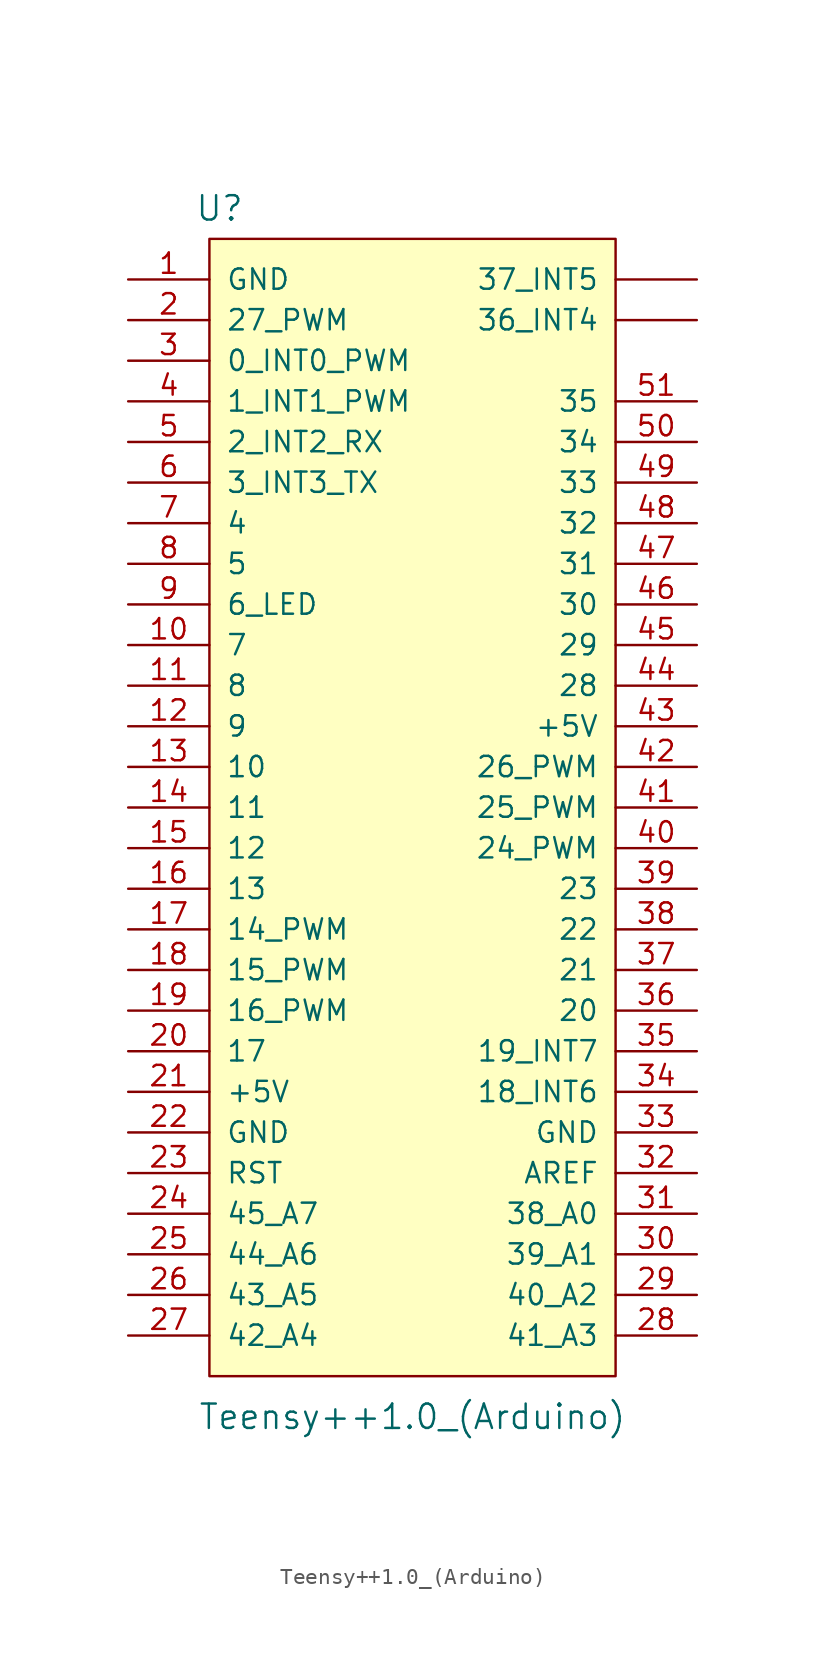
<source format=kicad_sym>
(kicad_symbol_lib
  (version 20231120)
  (generator "kicad_symbol_editor")
  (generator_version "8.0")
  (symbol "Teensy++1.0_(Arduino)"
    (pin_names
      (offset 1.016))
    (property "Reference" "U"
      (at -12.065 37.465 0)
      (effects (font (size 1.524 1.524))))
    (property "Value" "Teensy++1.0_(Arduino)"
      (at 0 -38.1 0)
      (effects (font (size 1.524 1.524))))
    (property "Datasheet" ""
      (at 2.54 -20.32 0)
      (effects (font (size 1.524 1.524))))
    (symbol "Teensy++1.0_(Arduino)_0_1"
      (rectangle (start -12.7 35.56) (end 12.7 -35.56) (stroke (width 0) (type default)) (fill (type background))))
    (symbol "Teensy++1.0_(Arduino)_1_1"
      (pin power_in line (at -17.78 33.02 0) (length 5.08) (name "GND" (effects (font (size 1.27 1.27)))) (number "1" (effects (font (size 1.27 1.27)))))
      (pin bidirectional line (at -17.78 10.16 0) (length 5.08) (name "7" (effects (font (size 1.27 1.27)))) (number "10" (effects (font (size 1.27 1.27)))))
      (pin bidirectional line (at -17.78 7.62 0) (length 5.08) (name "8" (effects (font (size 1.27 1.27)))) (number "11" (effects (font (size 1.27 1.27)))))
      (pin bidirectional line (at -17.78 5.08 0) (length 5.08) (name "9" (effects (font (size 1.27 1.27)))) (number "12" (effects (font (size 1.27 1.27)))))
      (pin bidirectional line (at -17.78 2.54 0) (length 5.08) (name "10" (effects (font (size 1.27 1.27)))) (number "13" (effects (font (size 1.27 1.27)))))
      (pin bidirectional line (at -17.78 0 0) (length 5.08) (name "11" (effects (font (size 1.27 1.27)))) (number "14" (effects (font (size 1.27 1.27)))))
      (pin bidirectional line (at -17.78 -2.54 0) (length 5.08) (name "12" (effects (font (size 1.27 1.27)))) (number "15" (effects (font (size 1.27 1.27)))))
      (pin bidirectional line (at -17.78 -5.08 0) (length 5.08) (name "13" (effects (font (size 1.27 1.27)))) (number "16" (effects (font (size 1.27 1.27)))))
      (pin bidirectional line (at -17.78 -7.62 0) (length 5.08) (name "14_PWM" (effects (font (size 1.27 1.27)))) (number "17" (effects (font (size 1.27 1.27)))))
      (pin bidirectional line (at -17.78 -10.16 0) (length 5.08) (name "15_PWM" (effects (font (size 1.27 1.27)))) (number "18" (effects (font (size 1.27 1.27)))))
      (pin bidirectional line (at -17.78 -12.7 0) (length 5.08) (name "16_PWM" (effects (font (size 1.27 1.27)))) (number "19" (effects (font (size 1.27 1.27)))))
      (pin bidirectional line (at -17.78 30.48 0) (length 5.08) (name "27_PWM" (effects (font (size 1.27 1.27)))) (number "2" (effects (font (size 1.27 1.27)))))
      (pin bidirectional line (at -17.78 -15.24 0) (length 5.08) (name "17" (effects (font (size 1.27 1.27)))) (number "20" (effects (font (size 1.27 1.27)))))
      (pin power_in line (at -17.78 -17.78 0) (length 5.08) (name "+5V" (effects (font (size 1.27 1.27)))) (number "21" (effects (font (size 1.27 1.27)))))
      (pin power_in line (at -17.78 -20.32 0) (length 5.08) (name "GND" (effects (font (size 1.27 1.27)))) (number "22" (effects (font (size 1.27 1.27)))))
      (pin input line (at -17.78 -22.86 0) (length 5.08) (name "RST" (effects (font (size 1.27 1.27)))) (number "23" (effects (font (size 1.27 1.27)))))
      (pin bidirectional line (at -17.78 -25.4 0) (length 5.08) (name "45_A7" (effects (font (size 1.27 1.27)))) (number "24" (effects (font (size 1.27 1.27)))))
      (pin bidirectional line (at -17.78 -27.94 0) (length 5.08) (name "44_A6" (effects (font (size 1.27 1.27)))) (number "25" (effects (font (size 1.27 1.27)))))
      (pin bidirectional line (at -17.78 -30.48 0) (length 5.08) (name "43_A5" (effects (font (size 1.27 1.27)))) (number "26" (effects (font (size 1.27 1.27)))))
      (pin bidirectional line (at -17.78 -33.02 0) (length 5.08) (name "42_A4" (effects (font (size 1.27 1.27)))) (number "27" (effects (font (size 1.27 1.27)))))
      (pin bidirectional line (at 17.78 -33.02 180) (length 5.08) (name "41_A3" (effects (font (size 1.27 1.27)))) (number "28" (effects (font (size 1.27 1.27)))))
      (pin bidirectional line (at 17.78 -30.48 180) (length 5.08) (name "40_A2" (effects (font (size 1.27 1.27)))) (number "29" (effects (font (size 1.27 1.27)))))
      (pin bidirectional line (at -17.78 27.94 0) (length 5.08) (name "0_INT0_PWM" (effects (font (size 1.27 1.27)))) (number "3" (effects (font (size 1.27 1.27)))))
      (pin bidirectional line (at 17.78 -27.94 180) (length 5.08) (name "39_A1" (effects (font (size 1.27 1.27)))) (number "30" (effects (font (size 1.27 1.27)))))
      (pin bidirectional line (at 17.78 -25.4 180) (length 5.08) (name "38_A0" (effects (font (size 1.27 1.27)))) (number "31" (effects (font (size 1.27 1.27)))))
      (pin input line (at 17.78 -22.86 180) (length 5.08) (name "AREF" (effects (font (size 1.27 1.27)))) (number "32" (effects (font (size 1.27 1.27)))))
      (pin power_in line (at 17.78 -20.32 180) (length 5.08) (name "GND" (effects (font (size 1.27 1.27)))) (number "33" (effects (font (size 1.27 1.27)))))
      (pin bidirectional line (at 17.78 -17.78 180) (length 5.08) (name "18_INT6" (effects (font (size 1.27 1.27)))) (number "34" (effects (font (size 1.27 1.27)))))
      (pin bidirectional line (at 17.78 -15.24 180) (length 5.08) (name "19_INT7" (effects (font (size 1.27 1.27)))) (number "35" (effects (font (size 1.27 1.27)))))
      (pin bidirectional line (at 17.78 -12.7 180) (length 5.08) (name "20" (effects (font (size 1.27 1.27)))) (number "36" (effects (font (size 1.27 1.27)))))
      (pin bidirectional line (at 17.78 -10.16 180) (length 5.08) (name "21" (effects (font (size 1.27 1.27)))) (number "37" (effects (font (size 1.27 1.27)))))
      (pin bidirectional line (at 17.78 -7.62 180) (length 5.08) (name "22" (effects (font (size 1.27 1.27)))) (number "38" (effects (font (size 1.27 1.27)))))
      (pin bidirectional line (at 17.78 -5.08 180) (length 5.08) (name "23" (effects (font (size 1.27 1.27)))) (number "39" (effects (font (size 1.27 1.27)))))
      (pin bidirectional line (at -17.78 25.4 0) (length 5.08) (name "1_INT1_PWM" (effects (font (size 1.27 1.27)))) (number "4" (effects (font (size 1.27 1.27)))))
      (pin bidirectional line (at 17.78 -2.54 180) (length 5.08) (name "24_PWM" (effects (font (size 1.27 1.27)))) (number "40" (effects (font (size 1.27 1.27)))))
      (pin bidirectional line (at 17.78 0 180) (length 5.08) (name "25_PWM" (effects (font (size 1.27 1.27)))) (number "41" (effects (font (size 1.27 1.27)))))
      (pin bidirectional line (at 17.78 2.54 180) (length 5.08) (name "26_PWM" (effects (font (size 1.27 1.27)))) (number "42" (effects (font (size 1.27 1.27)))))
      (pin power_in line (at 17.78 5.08 180) (length 5.08) (name "+5V" (effects (font (size 1.27 1.27)))) (number "43" (effects (font (size 1.27 1.27)))))
      (pin bidirectional line (at 17.78 7.62 180) (length 5.08) (name "28" (effects (font (size 1.27 1.27)))) (number "44" (effects (font (size 1.27 1.27)))))
      (pin bidirectional line (at 17.78 10.16 180) (length 5.08) (name "29" (effects (font (size 1.27 1.27)))) (number "45" (effects (font (size 1.27 1.27)))))
      (pin bidirectional line (at 17.78 12.7 180) (length 5.08) (name "30" (effects (font (size 1.27 1.27)))) (number "46" (effects (font (size 1.27 1.27)))))
      (pin bidirectional line (at 17.78 15.24 180) (length 5.08) (name "31" (effects (font (size 1.27 1.27)))) (number "47" (effects (font (size 1.27 1.27)))))
      (pin bidirectional line (at 17.78 17.78 180) (length 5.08) (name "32" (effects (font (size 1.27 1.27)))) (number "48" (effects (font (size 1.27 1.27)))))
      (pin bidirectional line (at 17.78 20.32 180) (length 5.08) (name "33" (effects (font (size 1.27 1.27)))) (number "49" (effects (font (size 1.27 1.27)))))
      (pin bidirectional line (at -17.78 22.86 0) (length 5.08) (name "2_INT2_RX" (effects (font (size 1.27 1.27)))) (number "5" (effects (font (size 1.27 1.27)))))
      (pin bidirectional line (at 17.78 22.86 180) (length 5.08) (name "34" (effects (font (size 1.27 1.27)))) (number "50" (effects (font (size 1.27 1.27)))))
      (pin bidirectional line (at 17.78 25.4 180) (length 5.08) (name "35" (effects (font (size 1.27 1.27)))) (number "51" (effects (font (size 1.27 1.27)))))
      (pin bidirectional line (at -17.78 20.32 0) (length 5.08) (name "3_INT3_TX" (effects (font (size 1.27 1.27)))) (number "6" (effects (font (size 1.27 1.27)))))
      (pin bidirectional line (at -17.78 17.78 0) (length 5.08) (name "4" (effects (font (size 1.27 1.27)))) (number "7" (effects (font (size 1.27 1.27)))))
      (pin bidirectional line (at -17.78 15.24 0) (length 5.08) (name "5" (effects (font (size 1.27 1.27)))) (number "8" (effects (font (size 1.27 1.27)))))
      (pin bidirectional line (at -17.78 12.7 0) (length 5.08) (name "6_LED" (effects (font (size 1.27 1.27)))) (number "9" (effects (font (size 1.27 1.27)))))
      (pin bidirectional line (at 17.78 30.48 180) (length 5.08) (name "36_INT4" (effects (font (size 1.27 1.27)))) (number "~" (effects (font (size 1.27 1.27)))))
      (pin bidirectional line (at 17.78 33.02 180) (length 5.08) (name "37_INT5" (effects (font (size 1.27 1.27)))) (number "~" (effects (font (size 1.27 1.27))))))))
</source>
